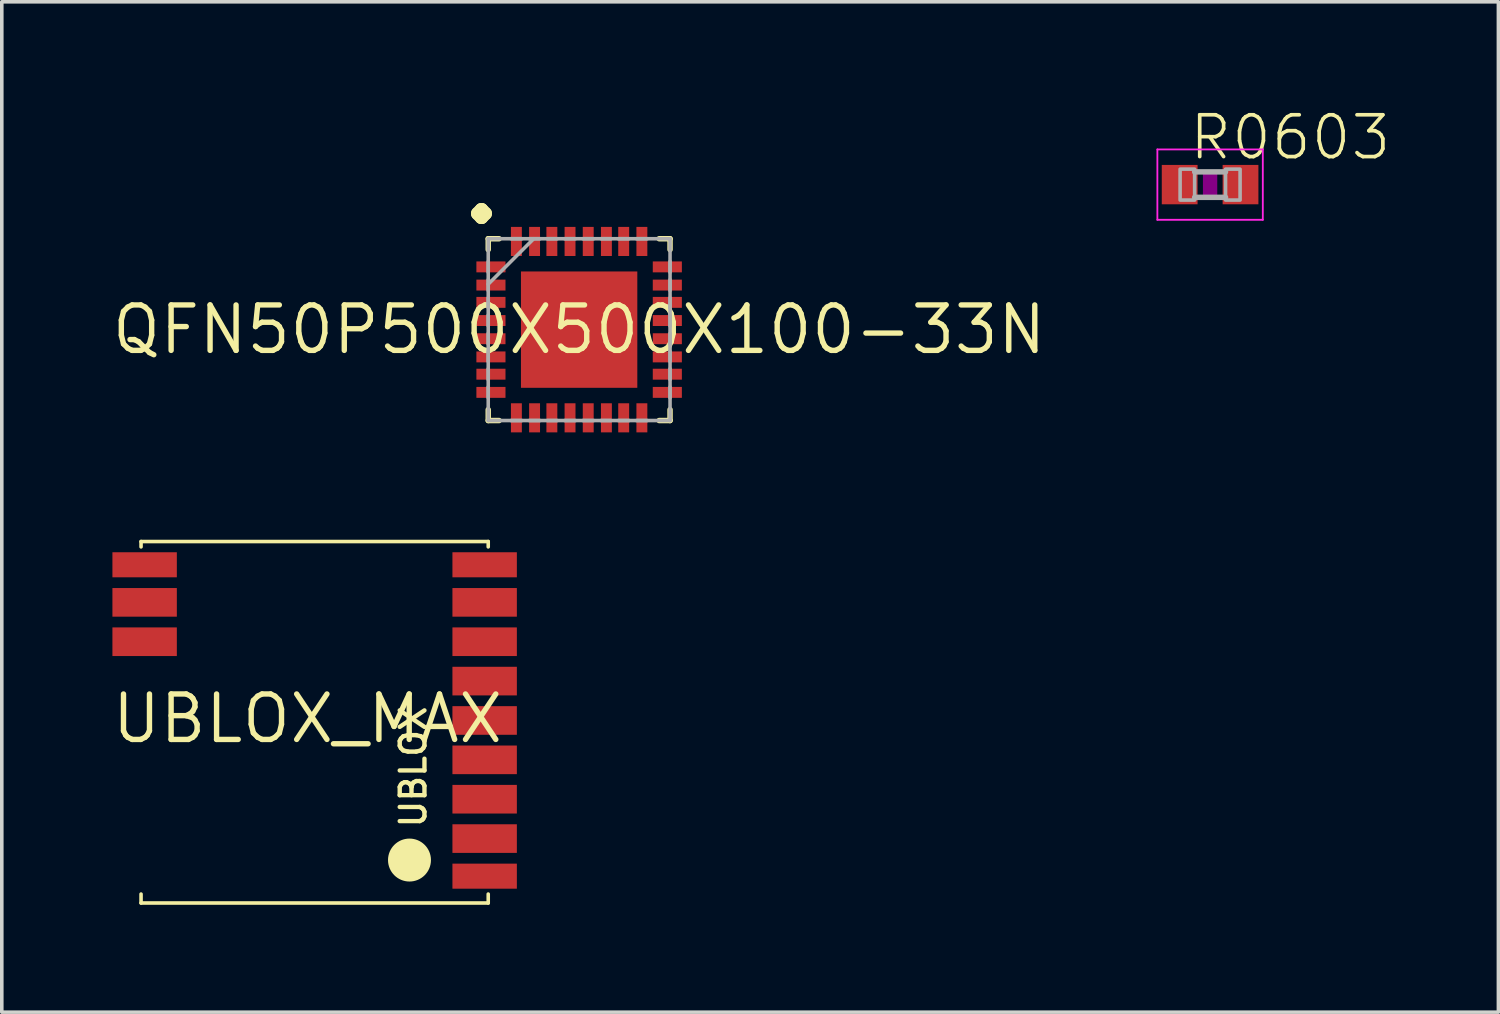
<source format=kicad_pcb>
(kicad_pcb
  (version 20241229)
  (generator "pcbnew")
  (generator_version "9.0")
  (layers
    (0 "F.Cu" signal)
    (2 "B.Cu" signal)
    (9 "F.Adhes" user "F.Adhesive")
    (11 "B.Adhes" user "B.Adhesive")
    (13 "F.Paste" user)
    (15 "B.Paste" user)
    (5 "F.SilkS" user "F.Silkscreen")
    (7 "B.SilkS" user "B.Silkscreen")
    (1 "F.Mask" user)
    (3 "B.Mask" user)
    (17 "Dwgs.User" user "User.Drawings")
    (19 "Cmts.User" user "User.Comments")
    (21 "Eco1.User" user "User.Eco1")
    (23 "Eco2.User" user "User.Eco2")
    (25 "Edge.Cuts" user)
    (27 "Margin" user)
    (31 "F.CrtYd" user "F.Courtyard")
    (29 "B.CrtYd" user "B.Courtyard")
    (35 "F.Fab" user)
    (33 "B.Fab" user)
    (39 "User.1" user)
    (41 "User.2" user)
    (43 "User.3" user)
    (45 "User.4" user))
  (footprint "QFN50P500X500X100-33N"
    (layer "F.Cu")
    (at 13.131 6.16)
    (property "Reference" "QFN50P500X500X100-33N" (at 0 0 0) (layer "F.SilkS") (effects (font (size 1.27 1.27) (thickness 0.15))))
    (fp_line (start -2.54 -2.54) (end -2.54 -2.235) (stroke (width 0.152) (type solid)) (layer "F.SilkS"))
    (fp_line (start -2.54 2.235) (end -2.54 2.54) (stroke (width 0.152) (type solid)) (layer "F.SilkS"))
    (fp_line (start -2.54 2.54) (end -2.235 2.54) (stroke (width 0.152) (type solid)) (layer "F.SilkS"))
    (fp_line (start -2.235 -2.54) (end -2.54 -2.54) (stroke (width 0.152) (type solid)) (layer "F.SilkS"))
    (fp_line (start 2.235 2.54) (end 2.54 2.54) (stroke (width 0.152) (type solid)) (layer "F.SilkS"))
    (fp_line (start 2.54 -2.54) (end 2.235 -2.54) (stroke (width 0.152) (type solid)) (layer "F.SilkS"))
    (fp_line (start 2.54 -2.235) (end 2.54 -2.54) (stroke (width 0.152) (type solid)) (layer "F.SilkS"))
    (fp_line (start 2.54 2.54) (end 2.54 2.235) (stroke (width 0.152) (type solid)) (layer "F.SilkS"))
    (fp_line (start -2.54 -2.54) (end -2.54 2.54) (stroke (width 0.1) (type solid)) (layer "F.Fab"))
    (fp_line (start -2.54 -1.905) (end -2.54 -1.6) (stroke (width 0.1) (type solid)) (layer "F.Fab"))
    (fp_line (start -2.54 -1.397) (end -2.54 -1.092) (stroke (width 0.1) (type solid)) (layer "F.Fab"))
    (fp_line (start -2.54 -1.27) (end -1.27 -2.54) (stroke (width 0.1) (type solid)) (layer "F.Fab"))
    (fp_line (start -2.54 -0.889) (end -2.54 -0.61) (stroke (width 0.1) (type solid)) (layer "F.Fab"))
    (fp_line (start -2.54 -0.406) (end -2.54 -0.102) (stroke (width 0.1) (type solid)) (layer "F.Fab"))
    (fp_line (start -2.54 0.102) (end -2.54 0.406) (stroke (width 0.1) (type solid)) (layer "F.Fab"))
    (fp_line (start -2.54 0.61) (end -2.54 0.889) (stroke (width 0.1) (type solid)) (layer "F.Fab"))
    (fp_line (start -2.54 1.092) (end -2.54 1.397) (stroke (width 0.1) (type solid)) (layer "F.Fab"))
    (fp_line (start -2.54 1.6) (end -2.54 1.905) (stroke (width 0.1) (type solid)) (layer "F.Fab"))
    (fp_line (start -2.54 2.54) (end 2.54 2.54) (stroke (width 0.1) (type solid)) (layer "F.Fab"))
    (fp_line (start -1.905 2.54) (end -1.6 2.54) (stroke (width 0.1) (type solid)) (layer "F.Fab"))
    (fp_line (start -1.6 -2.54) (end -1.905 -2.54) (stroke (width 0.1) (type solid)) (layer "F.Fab"))
    (fp_line (start -1.397 2.54) (end -1.092 2.54) (stroke (width 0.1) (type solid)) (layer "F.Fab"))
    (fp_line (start -1.092 -2.54) (end -1.397 -2.54) (stroke (width 0.1) (type solid)) (layer "F.Fab"))
    (fp_line (start -0.889 2.54) (end -0.61 2.54) (stroke (width 0.1) (type solid)) (layer "F.Fab"))
    (fp_line (start -0.61 -2.54) (end -0.889 -2.54) (stroke (width 0.1) (type solid)) (layer "F.Fab"))
    (fp_line (start -0.406 2.54) (end -0.102 2.54) (stroke (width 0.1) (type solid)) (layer "F.Fab"))
    (fp_line (start -0.102 -2.54) (end -0.406 -2.54) (stroke (width 0.1) (type solid)) (layer "F.Fab"))
    (fp_line (start 0.102 2.54) (end 0.406 2.54) (stroke (width 0.1) (type solid)) (layer "F.Fab"))
    (fp_line (start 0.406 -2.54) (end 0.102 -2.54) (stroke (width 0.1) (type solid)) (layer "F.Fab"))
    (fp_line (start 0.61 2.54) (end 0.889 2.54) (stroke (width 0.1) (type solid)) (layer "F.Fab"))
    (fp_line (start 0.889 -2.54) (end 0.61 -2.54) (stroke (width 0.1) (type solid)) (layer "F.Fab"))
    (fp_line (start 1.092 2.54) (end 1.397 2.54) (stroke (width 0.1) (type solid)) (layer "F.Fab"))
    (fp_line (start 1.397 -2.54) (end 1.092 -2.54) (stroke (width 0.1) (type solid)) (layer "F.Fab"))
    (fp_line (start 1.6 2.54) (end 1.905 2.54) (stroke (width 0.1) (type solid)) (layer "F.Fab"))
    (fp_line (start 1.905 -2.54) (end 1.6 -2.54) (stroke (width 0.1) (type solid)) (layer "F.Fab"))
    (fp_line (start 2.54 -2.54) (end -2.54 -2.54) (stroke (width 0.1) (type solid)) (layer "F.Fab"))
    (fp_line (start 2.54 -1.6) (end 2.54 -1.905) (stroke (width 0.1) (type solid)) (layer "F.Fab"))
    (fp_line (start 2.54 -1.092) (end 2.54 -1.397) (stroke (width 0.1) (type solid)) (layer "F.Fab"))
    (fp_line (start 2.54 -0.61) (end 2.54 -0.889) (stroke (width 0.1) (type solid)) (layer "F.Fab"))
    (fp_line (start 2.54 -0.102) (end 2.54 -0.406) (stroke (width 0.1) (type solid)) (layer "F.Fab"))
    (fp_line (start 2.54 0.406) (end 2.54 0.102) (stroke (width 0.1) (type solid)) (layer "F.Fab"))
    (fp_line (start 2.54 0.889) (end 2.54 0.61) (stroke (width 0.1) (type solid)) (layer "F.Fab"))
    (fp_line (start 2.54 1.397) (end 2.54 1.092) (stroke (width 0.1) (type solid)) (layer "F.Fab"))
    (fp_line (start 2.54 1.905) (end 2.54 1.6) (stroke (width 0.1) (type solid)) (layer "F.Fab"))
    (fp_line (start 2.54 2.54) (end 2.54 -2.54) (stroke (width 0.1) (type solid)) (layer "F.Fab"))
    (fp_text user "." (at -3.493 -2.857 0) (layer "F.SilkS") (effects (font (size 2.159 2.159) (thickness 0.381)) (justify left bottom)))
    (pad "1" smd rect (at -2.464 -1.753 270) (size 0.305 0.813) (layers "F.Cu" "F.Mask" "F.Paste"))
    (pad "2" smd rect (at -2.464 -1.245 270) (size 0.305 0.813) (layers "F.Cu" "F.Mask" "F.Paste"))
    (pad "3" smd rect (at -2.464 -0.762 270) (size 0.305 0.813) (layers "F.Cu" "F.Mask" "F.Paste"))
    (pad "4" smd rect (at -2.464 -0.254 270) (size 0.305 0.813) (layers "F.Cu" "F.Mask" "F.Paste"))
    (pad "5" smd rect (at -2.464 0.254 270) (size 0.305 0.813) (layers "F.Cu" "F.Mask" "F.Paste"))
    (pad "6" smd rect (at -2.464 0.762 270) (size 0.305 0.813) (layers "F.Cu" "F.Mask" "F.Paste"))
    (pad "7" smd rect (at -2.464 1.245 270) (size 0.305 0.813) (layers "F.Cu" "F.Mask" "F.Paste"))
    (pad "8" smd rect (at -2.464 1.753 270) (size 0.305 0.813) (layers "F.Cu" "F.Mask" "F.Paste"))
    (pad "9" smd rect (at -1.753 2.464 180) (size 0.305 0.813) (layers "F.Cu" "F.Mask" "F.Paste"))
    (pad "10" smd rect (at -1.245 2.464 180) (size 0.305 0.813) (layers "F.Cu" "F.Mask" "F.Paste"))
    (pad "11" smd rect (at -0.762 2.464 180) (size 0.305 0.813) (layers "F.Cu" "F.Mask" "F.Paste"))
    (pad "12" smd rect (at -0.254 2.464 180) (size 0.305 0.813) (layers "F.Cu" "F.Mask" "F.Paste"))
    (pad "13" smd rect (at 0.254 2.464 180) (size 0.305 0.813) (layers "F.Cu" "F.Mask" "F.Paste"))
    (pad "14" smd rect (at 0.762 2.464 180) (size 0.305 0.813) (layers "F.Cu" "F.Mask" "F.Paste"))
    (pad "15" smd rect (at 1.245 2.464 180) (size 0.305 0.813) (layers "F.Cu" "F.Mask" "F.Paste"))
    (pad "16" smd rect (at 1.753 2.464 180) (size 0.305 0.813) (layers "F.Cu" "F.Mask" "F.Paste"))
    (pad "17" smd rect (at 2.464 1.753 270) (size 0.305 0.813) (layers "F.Cu" "F.Mask" "F.Paste"))
    (pad "18" smd rect (at 2.464 1.245 270) (size 0.305 0.813) (layers "F.Cu" "F.Mask" "F.Paste"))
    (pad "19" smd rect (at 2.464 0.762 270) (size 0.305 0.813) (layers "F.Cu" "F.Mask" "F.Paste"))
    (pad "20" smd rect (at 2.464 0.254 270) (size 0.305 0.813) (layers "F.Cu" "F.Mask" "F.Paste"))
    (pad "21" smd rect (at 2.464 -0.254 270) (size 0.305 0.813) (layers "F.Cu" "F.Mask" "F.Paste"))
    (pad "22" smd rect (at 2.464 -0.762 270) (size 0.305 0.813) (layers "F.Cu" "F.Mask" "F.Paste"))
    (pad "23" smd rect (at 2.464 -1.245 270) (size 0.305 0.813) (layers "F.Cu" "F.Mask" "F.Paste"))
    (pad "24" smd rect (at 2.464 -1.753 270) (size 0.305 0.813) (layers "F.Cu" "F.Mask" "F.Paste"))
    (pad "25" smd rect (at 1.753 -2.464 180) (size 0.305 0.813) (layers "F.Cu" "F.Mask" "F.Paste"))
    (pad "26" smd rect (at 1.245 -2.464 180) (size 0.305 0.813) (layers "F.Cu" "F.Mask" "F.Paste"))
    (pad "27" smd rect (at 0.762 -2.464 180) (size 0.305 0.813) (layers "F.Cu" "F.Mask" "F.Paste"))
    (pad "28" smd rect (at 0.254 -2.464 180) (size 0.305 0.813) (layers "F.Cu" "F.Mask" "F.Paste"))
    (pad "29" smd rect (at -0.254 -2.464 180) (size 0.305 0.813) (layers "F.Cu" "F.Mask" "F.Paste"))
    (pad "30" smd rect (at -0.762 -2.464 180) (size 0.305 0.813) (layers "F.Cu" "F.Mask" "F.Paste"))
    (pad "31" smd rect (at -1.245 -2.464 180) (size 0.305 0.813) (layers "F.Cu" "F.Mask" "F.Paste"))
    (pad "32" smd rect (at -1.753 -2.464 180) (size 0.305 0.813) (layers "F.Cu" "F.Mask" "F.Paste"))
    (pad "33" smd rect (at 0 0) (size 3.251 3.251) (layers "F.Cu" "F.Mask" "F.Paste")))
  (footprint "R0603"
    (layer "F.Cu")
    (at 30.76 2.108)
    (property "Reference" "R0603" (at -0.635 -0.635 0) (layer "F.SilkS") (effects (font (size 1.168 1.168) (thickness 0.102)) (justify left bottom)))
    (fp_poly (pts (xy -0.2 0.4) (xy 0.2 0.4) (xy 0.2 -0.4) (xy -0.2 -0.4)) (stroke (width 0) (type solid)) (fill yes) (layer "F.Adhes"))
    (fp_line (start -1.473 -0.983) (end 1.473 -0.983) (stroke (width 0.051) (type solid)) (layer "F.CrtYd"))
    (fp_line (start -1.473 0.983) (end -1.473 -0.983) (stroke (width 0.051) (type solid)) (layer "F.CrtYd"))
    (fp_line (start 1.473 -0.983) (end 1.473 0.983) (stroke (width 0.051) (type solid)) (layer "F.CrtYd"))
    (fp_line (start 1.473 0.983) (end -1.473 0.983) (stroke (width 0.051) (type solid)) (layer "F.CrtYd"))
    (fp_line (start -0.432 0.356) (end 0.432 0.356) (stroke (width 0.152) (type solid)) (layer "F.Fab"))
    (fp_line (start 0.432 -0.356) (end -0.432 -0.356) (stroke (width 0.152) (type solid)) (layer "F.Fab"))
    (fp_poly (pts (xy -0.838 0.432) (xy -0.432 0.432) (xy -0.432 -0.432) (xy -0.838 -0.432)) (stroke (width 0.1) (type solid)) (fill no) (layer "F.Fab"))
    (fp_poly (pts (xy 0.432 0.432) (xy 0.838 0.432) (xy 0.838 -0.432) (xy 0.432 -0.432)) (stroke (width 0.1) (type solid)) (fill no) (layer "F.Fab"))
    (pad "1" smd rect (at -0.85 0) (size 1 1.1) (layers "F.Cu" "F.Mask" "F.Paste"))
    (pad "2" smd rect (at 0.85 0) (size 1 1.1) (layers "F.Cu" "F.Mask" "F.Paste")))
  (footprint "UBLOX_MAX"
    (layer "F.Cu")
    (at 5.541 17.03)
    (property "Reference" "UBLOX_MAX" (at 0 0 0) (layer "F.SilkS") (effects (font (size 1.27 1.27) (thickness 0.15))))
    (fp_line (start -4.65 -4.95) (end -4.65 -4.8) (stroke (width 0.1) (type solid)) (layer "F.SilkS"))
    (fp_line (start -4.65 -4.95) (end 5.05 -4.95) (stroke (width 0.1) (type solid)) (layer "F.SilkS"))
    (fp_line (start -4.65 4.9) (end -4.65 5.15) (stroke (width 0.1) (type solid)) (layer "F.SilkS"))
    (fp_line (start -4.65 5.15) (end 5.05 5.15) (stroke (width 0.1) (type solid)) (layer "F.SilkS"))
    (fp_line (start 5.05 -4.95) (end 5.05 -4.8) (stroke (width 0.1) (type solid)) (layer "F.SilkS"))
    (fp_line (start 5.05 4.9) (end 5.05 5.15) (stroke (width 0.1) (type solid)) (layer "F.SilkS"))
    (fp_circle (center 2.85 3.95) (end 3.15 3.95) (stroke (width 0.6) (type solid)) (fill yes) (layer "F.SilkS"))
    (fp_text user "UBLOX" (at 3.359 3.106 90) (layer "F.SilkS") (effects (font (size 0.691 0.691) (thickness 0.122)) (justify left bottom)))
    (pad "1_GND" smd rect (at 4.95 4.4) (size 1.8 0.7) (layers "F.Cu" "F.Mask" "F.Paste"))
    (pad "2_TXD1" smd rect (at 4.95 3.35) (size 1.8 0.8) (layers "F.Cu" "F.Mask" "F.Paste"))
    (pad "3_RXD1" smd rect (at 4.95 2.25) (size 1.8 0.8) (layers "F.Cu" "F.Mask" "F.Paste"))
    (pad "4_TIMEPULSE" smd rect (at 4.95 1.15) (size 1.8 0.8) (layers "F.Cu" "F.Mask" "F.Paste"))
    (pad "5_EXTINT0" smd rect (at 4.95 0.05) (size 1.8 0.8) (layers "F.Cu" "F.Mask" "F.Paste"))
    (pad "6_V_BCKP" smd rect (at 4.95 -1.05) (size 1.8 0.8) (layers "F.Cu" "F.Mask" "F.Paste"))
    (pad "7_VCC_IO" smd rect (at 4.95 -2.15) (size 1.8 0.8) (layers "F.Cu" "F.Mask" "F.Paste"))
    (pad "8_VCC" smd rect (at 4.95 -3.25) (size 1.8 0.8) (layers "F.Cu" "F.Mask" "F.Paste"))
    (pad "9_V_RESET" smd rect (at 4.95 -4.3) (size 1.8 0.7) (layers "F.Cu" "F.Mask" "F.Paste"))
    (pad "10_GND" smd rect (at -4.55 -4.3) (size 1.8 0.7) (layers "F.Cu" "F.Mask" "F.Paste"))
    (pad "11_RF_IN" smd rect (at -4.55 -3.25) (size 1.8 0.8) (layers "F.Cu" "F.Mask" "F.Paste"))
    (pad "12_GND" smd rect (at -4.55 -2.15) (size 1.8 0.8) (layers "F.Cu" "F.Mask" "F.Paste")))
  (gr_rect
    (start -3 -3)
    (end 38.815 25.23)
    (stroke (width 0.1) (type default))
    (fill no)
    (layer "Edge.Cuts")))
</source>
